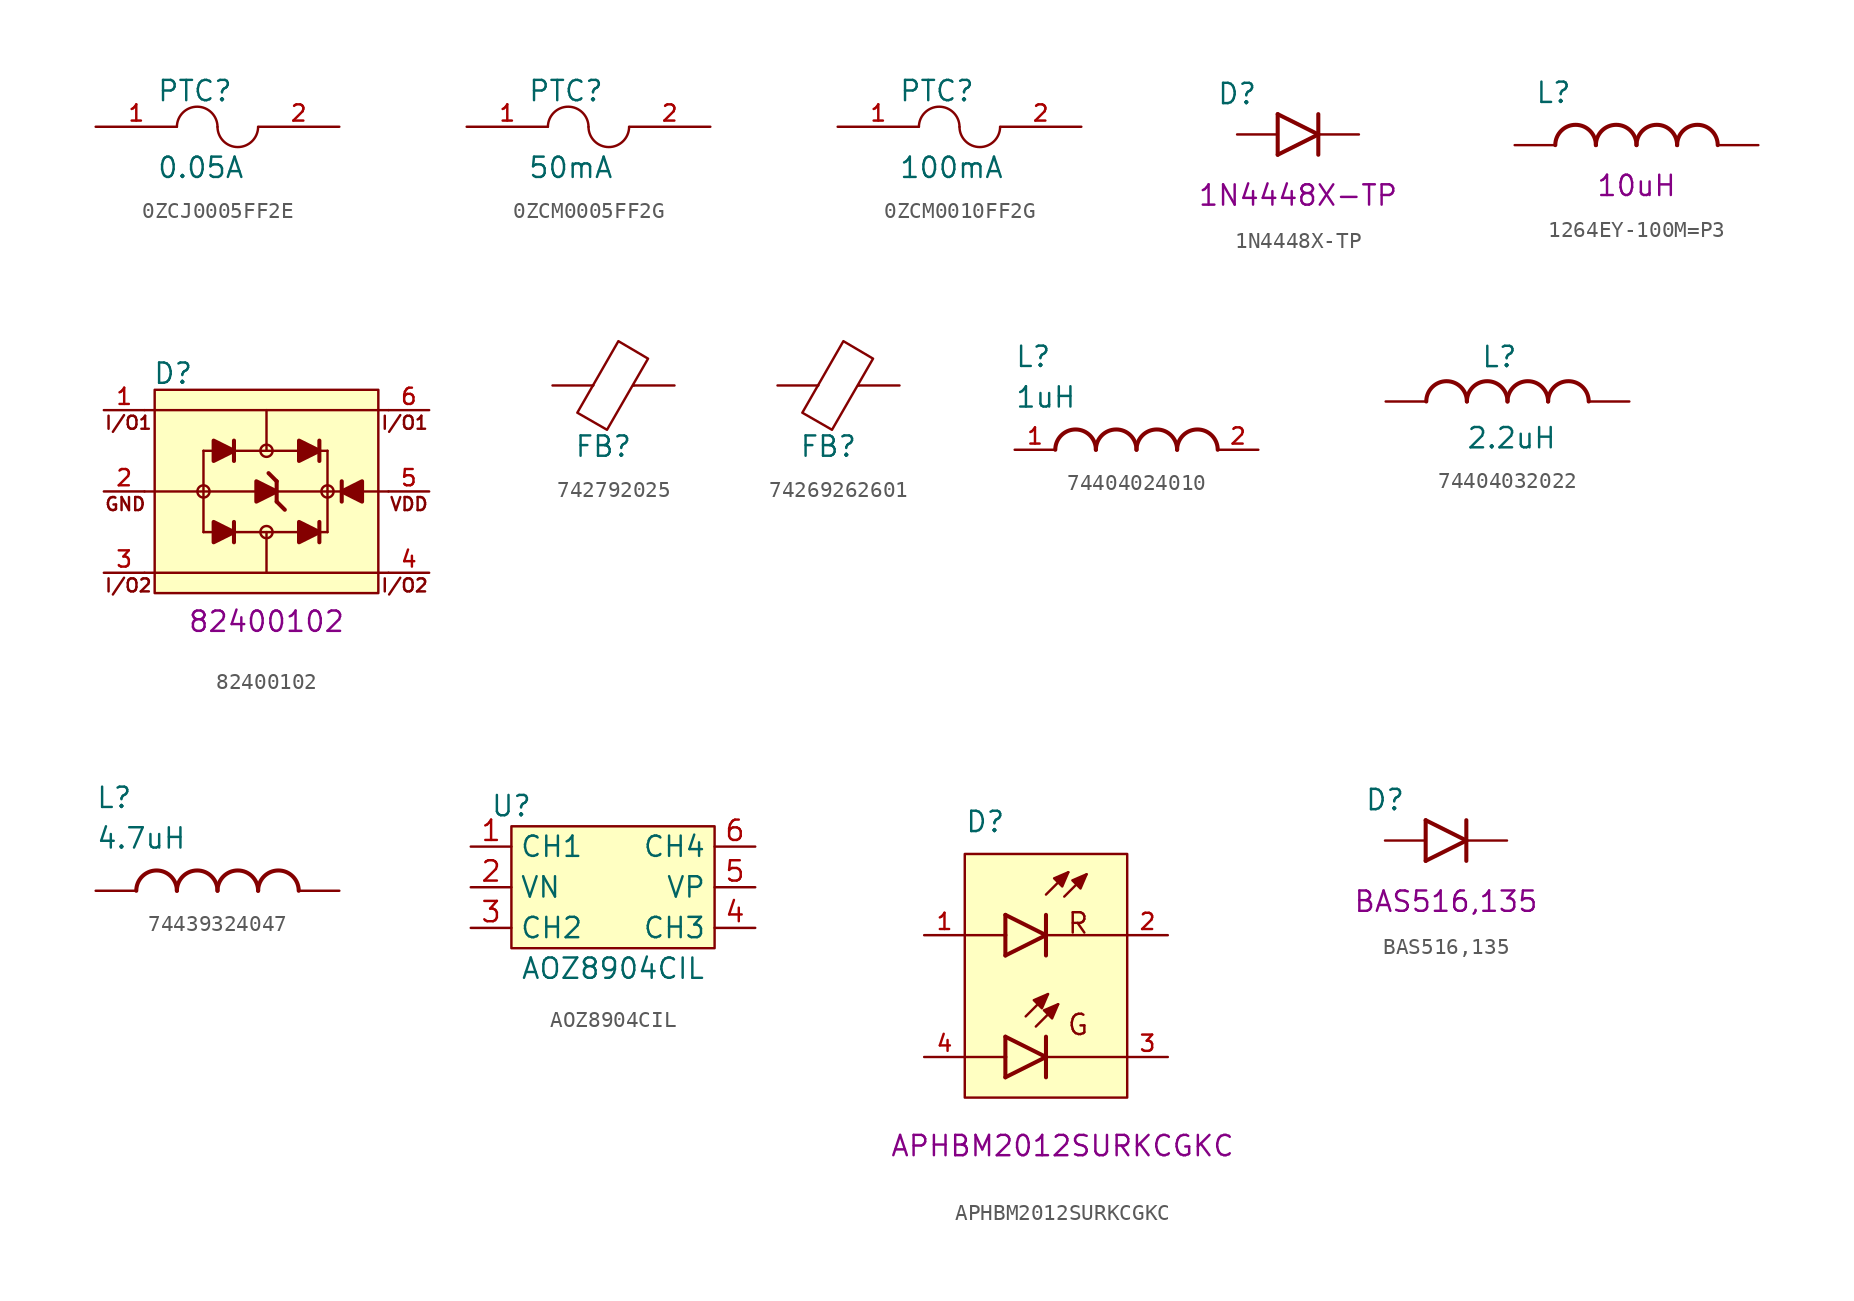
<source format=kicad_sym>
(kicad_symbol_lib
  (version 20241209)
  (generator "kicad_symbol_editor")
  (generator_version "9.0")
  (symbol "0ZCJ0005FF2E"
    (pin_names
      (offset 1.016))
    (property "Reference" "PTC"
      (at -3.81 1.499 0)
      (effects (font (size 1.27 1.27)) (justify left bottom)))
    (property "Value" "0.05A"
      (at -3.81 -3.302 0)
      (effects (font (size 1.27 1.27)) (justify left bottom)))
    (symbol "0ZCJ0005FF2E_0_0"
      (pin passive line (at -7.62 0 0) (length 5.08) (name "~" (effects (font (size 1.016 1.016)))) (number "1" (effects (font (size 1.016 1.016)))))
      (pin passive line (at 7.62 0 180) (length 5.08) (name "~" (effects (font (size 1.016 1.016)))) (number "2" (effects (font (size 1.016 1.016))))))
    (symbol "0ZCJ0005FF2E_0_1"
      (arc (start -2.54 0) (mid -1.27 1.2542) (end 0 0) (stroke (width 0) (type default)) (fill (type none)))
      (arc (start 2.54 -0.0159) (mid 1.27 -1.2701) (end 0 -0.0159) (stroke (width 0) (type default)) (fill (type none)))))
  (symbol "0ZCM0005FF2G"
    (pin_names
      (offset 1.016))
    (property "Reference" "PTC"
      (at -3.81 1.499 0)
      (effects (font (size 1.27 1.27)) (justify left bottom)))
    (property "Value" "50mA"
      (at -3.81 -3.302 0)
      (effects (font (size 1.27 1.27)) (justify left bottom)))
    (symbol "0ZCM0005FF2G_0_0"
      (pin passive line (at -7.62 0 0) (length 5.08) (name "~" (effects (font (size 1.016 1.016)))) (number "1" (effects (font (size 1.016 1.016)))))
      (pin passive line (at 7.62 0 180) (length 5.08) (name "~" (effects (font (size 1.016 1.016)))) (number "2" (effects (font (size 1.016 1.016))))))
    (symbol "0ZCM0005FF2G_0_1"
      (arc (start -2.54 0) (mid -1.27 1.2542) (end 0 0) (stroke (width 0) (type default)) (fill (type none)))
      (arc (start 2.54 -0.0159) (mid 1.27 -1.2701) (end 0 -0.0159) (stroke (width 0) (type default)) (fill (type none)))))
  (symbol "0ZCM0010FF2G"
    (pin_names
      (offset 1.016))
    (property "Reference" "PTC"
      (at -3.81 1.499 0)
      (effects (font (size 1.27 1.27)) (justify left bottom)))
    (property "Value" "100mA"
      (at -3.81 -3.302 0)
      (effects (font (size 1.27 1.27)) (justify left bottom)))
    (symbol "0ZCM0010FF2G_0_0"
      (pin passive line (at -7.62 0 0) (length 5.08) (name "~" (effects (font (size 1.016 1.016)))) (number "1" (effects (font (size 1.016 1.016)))))
      (pin passive line (at 7.62 0 180) (length 5.08) (name "~" (effects (font (size 1.016 1.016)))) (number "2" (effects (font (size 1.016 1.016))))))
    (symbol "0ZCM0010FF2G_0_1"
      (arc (start -2.54 0) (mid -1.27 1.2542) (end 0 0) (stroke (width 0) (type default)) (fill (type none)))
      (arc (start 2.54 -0.0159) (mid 1.27 -1.2701) (end 0 -0.0159) (stroke (width 0) (type default)) (fill (type none)))))
  (symbol "1N4448X-TP"
    (pin_numbers
      (hide yes))
    (pin_names
      (hide yes))
    (property "Reference" "D"
      (at -3.81 2.54 0)
      (effects (font (size 1.27 1.27))))
    (property "PartNumber" "1N4448X-TP"
      (at 0 -3.81 0)
      (effects (font (size 1.27 1.27))))
    (symbol "1N4448X-TP_0_0"
      (polyline (pts (xy -1.27 1.27) (xy -1.27 -1.27)) (stroke (width 0.254) (type default)) (fill (type none)))
      (polyline (pts (xy -1.27 -1.27) (xy 1.27 0)) (stroke (width 0.254) (type default)) (fill (type none)))
      (polyline (pts (xy 1.27 1.27) (xy 1.27 0)) (stroke (width 0.254) (type default)) (fill (type none)))
      (polyline (pts (xy 1.27 0) (xy -1.27 1.27)) (stroke (width 0.254) (type default)) (fill (type none)))
      (polyline (pts (xy 1.27 0) (xy 1.27 -1.27)) (stroke (width 0.254) (type default)) (fill (type none))))
    (symbol "1N4448X-TP_1_0"
      (pin passive line (at -3.81 0 0) (length 2.54) (name "" (effects (font (size 1.016 1.016)))) (number "A" (effects (font (size 1.016 1.016)))))
      (pin passive line (at 3.81 0 180) (length 2.54) (name "" (effects (font (size 1.016 1.016)))) (number "C" (effects (font (size 1.016 1.016)))))))
  (symbol "1264EY-100M=P3"
    (pin_numbers
      (hide yes))
    (pin_names
      (offset 1.016)
      (hide yes))
    (property "Reference" "L"
      (at 1.27 2.54 0)
      (effects (font (size 1.27 1.27)) (justify left bottom)))
    (property "Inductance " "10uH"
      (at 7.62 -2.54 0)
      (effects (font (size 1.27 1.27))))
    (symbol "1264EY-100M=P3_0_0"
      (arc (start 2.54 0) (mid 3.81 1.2645) (end 5.08 0) (stroke (width 0.254) (type default)) (fill (type none)))
      (arc (start 5.08 0) (mid 6.35 1.2645) (end 7.62 0) (stroke (width 0.254) (type default)) (fill (type none)))
      (arc (start 7.62 0) (mid 8.89 1.2645) (end 10.16 0) (stroke (width 0.254) (type default)) (fill (type none)))
      (arc (start 10.16 0) (mid 11.43 1.2645) (end 12.7 0) (stroke (width 0.254) (type default)) (fill (type none)))
      (pin passive line (at 0 0 0) (length 2.54) (name "~" (effects (font (size 1.016 1.016)))) (number "1" (effects (font (size 1.016 1.016)))))
      (pin passive line (at 15.24 0 180) (length 2.54) (name "~" (effects (font (size 1.016 1.016)))) (number "2" (effects (font (size 1.016 1.016)))))))
  (symbol "82400102"
    (pin_names
      (offset 1.016))
    (property "Reference" "D"
      (at -7.112 7.366 0)
      (effects (font (size 1.27 1.27)) (justify left)))
    (property "PartNumber" "82400102"
      (at 0 -8.128 0)
      (effects (font (size 1.27 1.27))))
    (symbol "82400102_0_0"
      (polyline (pts (xy -7.62 0) (xy -0.635 0)) (stroke (width 0.152) (type default)) (fill (type none)))
      (polyline (pts (xy -7.62 -5.08) (xy 7.62 -5.08)) (stroke (width 0.152) (type default)) (fill (type none)))
      (polyline (pts (xy -3.937 2.54) (xy -3.937 -2.54)) (stroke (width 0.152) (type default)) (fill (type none)))
      (circle (center -3.937 0) (radius 0.381) (stroke (width 0) (type default)) (fill (type none)))
      (polyline (pts (xy -3.429 2.54) (xy -3.937 2.54)) (stroke (width 0.152) (type default)) (fill (type none)))
      (polyline (pts (xy -3.429 -2.54) (xy -3.937 -2.54)) (stroke (width 0.152) (type default)) (fill (type none)))
      (polyline (pts (xy -3.302 3.175) (xy -2.032 2.54) (xy -3.302 1.905) (xy -3.302 3.175)) (stroke (width 0.254) (type default)) (fill (type outline)))
      (polyline (pts (xy -3.302 -1.905) (xy -2.032 -2.54) (xy -3.302 -3.175) (xy -3.302 -1.905)) (stroke (width 0.254) (type default)) (fill (type outline)))
      (polyline (pts (xy -2.159 2.54) (xy 2.032 2.54)) (stroke (width 0.152) (type default)) (fill (type none)))
      (polyline (pts (xy -2.159 -2.54) (xy 2.032 -2.54)) (stroke (width 0.152) (type default)) (fill (type none)))
      (polyline (pts (xy -2.032 3.175) (xy -2.032 1.905)) (stroke (width 0.254) (type default)) (fill (type none)))
      (polyline (pts (xy -2.032 -1.905) (xy -2.032 -3.175)) (stroke (width 0.254) (type default)) (fill (type none)))
      (polyline (pts (xy -0.635 0.635) (xy 0.635 0) (xy -0.635 -0.635) (xy -0.635 0.635)) (stroke (width 0.254) (type default)) (fill (type outline)))
      (polyline (pts (xy 0 5.08) (xy 0 2.54)) (stroke (width 0.152) (type default)) (fill (type none)))
      (circle (center 0 2.54) (radius 0.381) (stroke (width 0) (type default)) (fill (type none)))
      (polyline (pts (xy 0 0) (xy 3.81 0)) (stroke (width 0.152) (type default)) (fill (type none)))
      (polyline (pts (xy 0 -2.54) (xy 0 -5.08)) (stroke (width 0.152) (type default)) (fill (type none)))
      (circle (center 0 -2.54) (radius 0.381) (stroke (width 0) (type default)) (fill (type none)))
      (polyline (pts (xy 0.635 0.635) (xy 0.127 1.143)) (stroke (width 0.254) (type default)) (fill (type none)))
      (polyline (pts (xy 0.635 0.635) (xy 0.635 -0.635)) (stroke (width 0.254) (type default)) (fill (type none)))
      (polyline (pts (xy 0.635 -0.635) (xy 1.143 -1.143)) (stroke (width 0.254) (type default)) (fill (type none)))
      (polyline (pts (xy 2.032 3.175) (xy 3.302 2.54) (xy 2.032 1.905) (xy 2.032 3.175)) (stroke (width 0.254) (type default)) (fill (type outline)))
      (polyline (pts (xy 2.032 -1.905) (xy 3.302 -2.54) (xy 2.032 -3.175) (xy 2.032 -1.905)) (stroke (width 0.254) (type default)) (fill (type outline)))
      (polyline (pts (xy 3.302 3.175) (xy 3.302 2.54)) (stroke (width 0.254) (type default)) (fill (type none)))
      (polyline (pts (xy 3.302 2.54) (xy 3.302 1.905)) (stroke (width 0.254) (type default)) (fill (type none)))
      (polyline (pts (xy 3.302 2.54) (xy 3.81 2.54)) (stroke (width 0.152) (type default)) (fill (type none)))
      (polyline (pts (xy 3.302 -1.905) (xy 3.302 -2.54)) (stroke (width 0.254) (type default)) (fill (type none)))
      (polyline (pts (xy 3.302 -2.54) (xy 3.302 -3.175)) (stroke (width 0.254) (type default)) (fill (type none)))
      (polyline (pts (xy 3.302 -2.54) (xy 3.81 -2.54)) (stroke (width 0.152) (type default)) (fill (type none)))
      (polyline (pts (xy 3.81 2.54) (xy 3.81 0)) (stroke (width 0.152) (type default)) (fill (type none)))
      (polyline (pts (xy 3.81 0) (xy 3.81 -2.54)) (stroke (width 0.152) (type default)) (fill (type none)))
      (circle (center 3.81 0) (radius 0.381) (stroke (width 0) (type default)) (fill (type none)))
      (polyline (pts (xy 4.699 -0.635) (xy 4.699 0.635)) (stroke (width 0.254) (type default)) (fill (type none)))
      (polyline (pts (xy 5.969 -0.635) (xy 4.699 0) (xy 5.969 0.635) (xy 5.969 -0.635)) (stroke (width 0.254) (type default)) (fill (type outline)))
      (polyline (pts (xy 7.62 5.08) (xy -7.62 5.08)) (stroke (width 0.152) (type default)) (fill (type none)))
      (polyline (pts (xy 7.62 0) (xy 3.81 0)) (stroke (width 0.152) (type default)) (fill (type none)))
      (text "I/O1" (at -10.16 3.81 0) (effects (font (size 0.813 0.813)) (justify left bottom)))
      (text "GND" (at -10.16 -1.27 0) (effects (font (size 0.813 0.813)) (justify left bottom)))
      (text "I/O2" (at -10.16 -6.35 0) (effects (font (size 0.813 0.813)) (justify left bottom)))
      (text "I/O1" (at 10.16 3.81 0) (effects (font (size 0.813 0.813)) (justify right bottom)))
      (text "VDD" (at 10.16 -1.27 0) (effects (font (size 0.813 0.813)) (justify right bottom)))
      (text "I/O2" (at 10.16 -6.35 0) (effects (font (size 0.813 0.813)) (justify right bottom)))
      (pin passive line (at -10.16 5.08 0) (length 2.54) (name "~" (effects (font (size 1.016 1.016)))) (number "1" (effects (font (size 1.016 1.016)))))
      (pin passive line (at -10.16 0 0) (length 2.54) (name "~" (effects (font (size 1.016 1.016)))) (number "2" (effects (font (size 1.016 1.016)))))
      (pin passive line (at -10.16 -5.08 0) (length 2.54) (name "~" (effects (font (size 1.016 1.016)))) (number "3" (effects (font (size 1.016 1.016)))))
      (pin passive line (at 10.16 5.08 180) (length 2.54) (name "~" (effects (font (size 1.016 1.016)))) (number "6" (effects (font (size 1.016 1.016)))))
      (pin passive line (at 10.16 0 180) (length 2.54) (name "~" (effects (font (size 1.016 1.016)))) (number "5" (effects (font (size 1.016 1.016)))))
      (pin passive line (at 10.16 -5.08 180) (length 2.54) (name "~" (effects (font (size 1.016 1.016)))) (number "4" (effects (font (size 1.016 1.016))))))
    (symbol "82400102_1_1"
      (rectangle (start -6.985 6.35) (end 6.985 -6.35) (stroke (width 0) (type default)) (fill (type background)))))
  (symbol "742792025"
    (pin_numbers
      (hide yes))
    (pin_names
      (offset 0))
    (property "Reference" "FB"
      (at 3.175 -3.81 0)
      (effects (font (size 1.27 1.27))))
    (symbol "742792025_0_1"
      (polyline (pts (xy 2.54 0) (xy 2.515 0)) (stroke (width 0) (type default)) (fill (type none)))
      (polyline (pts (xy 3.404 -2.769) (xy 1.549 -1.702) (xy 4.115 2.769) (xy 5.969 1.676) (xy 3.404 -2.769)) (stroke (width 0) (type default)) (fill (type none)))
      (polyline (pts (xy 5.08 0) (xy 5.029 0)) (stroke (width 0) (type default)) (fill (type none))))
    (symbol "742792025_1_1"
      (pin passive line (at 0 0 0) (length 2.54) (name "~" (effects (font (size 1.27 1.27)))) (number "1" (effects (font (size 1.27 1.27)))))
      (pin passive line (at 7.62 0 180) (length 2.54) (name "~" (effects (font (size 1.27 1.27)))) (number "2" (effects (font (size 1.27 1.27)))))))
  (symbol "74269262601"
    (pin_numbers
      (hide yes))
    (pin_names
      (offset 0))
    (property "Reference" "FB"
      (at 3.175 -3.81 0)
      (effects (font (size 1.27 1.27))))
    (symbol "74269262601_0_1"
      (polyline (pts (xy 2.54 0) (xy 2.515 0)) (stroke (width 0) (type default)) (fill (type none)))
      (polyline (pts (xy 3.404 -2.769) (xy 1.549 -1.702) (xy 4.115 2.769) (xy 5.969 1.676) (xy 3.404 -2.769)) (stroke (width 0) (type default)) (fill (type none)))
      (polyline (pts (xy 5.08 0) (xy 5.029 0)) (stroke (width 0) (type default)) (fill (type none))))
    (symbol "74269262601_1_1"
      (pin passive line (at 0 0 0) (length 2.54) (name "~" (effects (font (size 1.27 1.27)))) (number "1" (effects (font (size 1.27 1.27)))))
      (pin passive line (at 7.62 0 180) (length 2.54) (name "~" (effects (font (size 1.27 1.27)))) (number "2" (effects (font (size 1.27 1.27)))))))
  (symbol "74404024010"
    (pin_names
      (offset 1.016))
    (property "Reference" "L"
      (at -7.62 5.08 0)
      (effects (font (size 1.27 1.27)) (justify left bottom)))
    (property "Value" "1uH"
      (at -7.62 2.54 0)
      (effects (font (size 1.27 1.27)) (justify left bottom)))
    (symbol "74404024010_0_0"
      (arc (start -5.08 0) (mid -3.81 1.2645) (end -2.54 0) (stroke (width 0.254) (type default)) (fill (type none)))
      (arc (start -2.54 0) (mid -1.27 1.2645) (end 0 0) (stroke (width 0.254) (type default)) (fill (type none)))
      (arc (start 0 0) (mid 1.27 1.2645) (end 2.54 0) (stroke (width 0.254) (type default)) (fill (type none)))
      (arc (start 2.54 0) (mid 3.81 1.2645) (end 5.08 0) (stroke (width 0.254) (type default)) (fill (type none)))
      (pin passive line (at -7.62 0 0) (length 2.54) (name "~" (effects (font (size 1.016 1.016)))) (number "1" (effects (font (size 1.016 1.016)))))
      (pin passive line (at 7.62 0 180) (length 2.54) (name "~" (effects (font (size 1.016 1.016)))) (number "2" (effects (font (size 1.016 1.016)))))))
  (symbol "74404032022"
    (pin_numbers
      (hide yes))
    (pin_names
      (hide yes))
    (property "Reference" "L"
      (at 7.112 2.794 0)
      (effects (font (size 1.27 1.27))))
    (property "Value" "2.2uH"
      (at 7.874 -2.286 0)
      (effects (font (size 1.27 1.27))))
    (symbol "74404032022_0_0"
      (arc (start 2.54 0) (mid 3.81 1.2645) (end 5.08 0) (stroke (width 0.254) (type default)) (fill (type none)))
      (arc (start 5.08 0) (mid 6.35 1.2645) (end 7.62 0) (stroke (width 0.254) (type default)) (fill (type none)))
      (arc (start 7.62 0) (mid 8.89 1.2645) (end 10.16 0) (stroke (width 0.254) (type default)) (fill (type none)))
      (arc (start 10.16 0) (mid 11.43 1.2645) (end 12.7 0) (stroke (width 0.254) (type default)) (fill (type none)))
      (pin passive line (at 0 0 0) (length 2.54) (name "~" (effects (font (size 1.016 1.016)))) (number "1" (effects (font (size 1.016 1.016)))))
      (pin passive line (at 15.24 0 180) (length 2.54) (name "~" (effects (font (size 1.016 1.016)))) (number "2" (effects (font (size 1.016 1.016)))))))
  (symbol "74439324047"
    (pin_numbers
      (hide yes))
    (pin_names
      (offset 1.016)
      (hide yes))
    (property "Reference" "L"
      (at -7.62 5.08 0)
      (effects (font (size 1.27 1.27)) (justify left bottom)))
    (property "Value" "4.7uH"
      (at -7.62 2.54 0)
      (effects (font (size 1.27 1.27)) (justify left bottom)))
    (symbol "74439324047_0_0"
      (arc (start -5.08 0) (mid -3.81 1.2645) (end -2.54 0) (stroke (width 0.254) (type default)) (fill (type none)))
      (arc (start -2.54 0) (mid -1.27 1.2645) (end 0 0) (stroke (width 0.254) (type default)) (fill (type none)))
      (arc (start 0 0) (mid 1.27 1.2645) (end 2.54 0) (stroke (width 0.254) (type default)) (fill (type none)))
      (arc (start 2.54 0) (mid 3.81 1.2645) (end 5.08 0) (stroke (width 0.254) (type default)) (fill (type none)))
      (pin passive line (at -7.62 0 0) (length 2.54) (name "~" (effects (font (size 1.016 1.016)))) (number "1" (effects (font (size 1.016 1.016)))))
      (pin passive line (at 7.62 0 180) (length 2.54) (name "~" (effects (font (size 1.016 1.016)))) (number "2" (effects (font (size 1.016 1.016)))))))
  (symbol "AOZ8904CIL"
    (property "Reference" "U"
      (at 2.54 2.54 0)
      (effects (font (size 1.27 1.27))))
    (property "Value" "AOZ8904CIL"
      (at 8.89 -7.62 0)
      (effects (font (size 1.27 1.27))))
    (symbol "AOZ8904CIL_0_0"
      (pin passive line (at 0 0 0) (length 2.54) (name "CH1" (effects (font (size 1.27 1.27)))) (number "1" (effects (font (size 1.27 1.27)))))
      (pin passive line (at 0 -2.54 0) (length 2.54) (name "VN" (effects (font (size 1.27 1.27)))) (number "2" (effects (font (size 1.27 1.27)))))
      (pin passive line (at 0 -5.08 0) (length 2.54) (name "CH2" (effects (font (size 1.27 1.27)))) (number "3" (effects (font (size 1.27 1.27)))))
      (pin passive line (at 17.78 0 180) (length 2.54) (name "CH4" (effects (font (size 1.27 1.27)))) (number "6" (effects (font (size 1.27 1.27)))))
      (pin passive line (at 17.78 -2.54 180) (length 2.54) (name "VP" (effects (font (size 1.27 1.27)))) (number "5" (effects (font (size 1.27 1.27)))))
      (pin passive line (at 17.78 -5.08 180) (length 2.54) (name "CH3" (effects (font (size 1.27 1.27)))) (number "4" (effects (font (size 1.27 1.27))))))
    (symbol "AOZ8904CIL_1_1"
      (rectangle (start 2.54 1.27) (end 15.24 -6.35) (stroke (width 0) (type default)) (fill (type background)))))
  (symbol "APHBM2012SURKCGKC"
    (pin_names
      (offset 1.016))
    (property "Reference" "D"
      (at -5.08 8.89 0)
      (effects (font (size 1.27 1.27)) (justify left bottom)))
    (property "PartNumber" "APHBM2012SURKCGKC"
      (at 1.033 -10.642 0)
      (effects (font (size 1.27 1.27))))
    (symbol "APHBM2012SURKCGKC_0_0"
      (polyline (pts (xy -2.54 2.54) (xy -2.54 3.81)) (stroke (width 0.254) (type default)) (fill (type none)))
      (polyline (pts (xy -2.54 1.27) (xy -2.54 2.54)) (stroke (width 0.254) (type default)) (fill (type none)))
      (polyline (pts (xy -2.54 1.27) (xy 0 2.54)) (stroke (width 0.254) (type default)) (fill (type none)))
      (polyline (pts (xy -2.54 -5.08) (xy -2.54 -3.81)) (stroke (width 0.254) (type default)) (fill (type none)))
      (polyline (pts (xy -2.54 -6.35) (xy -2.54 -5.08)) (stroke (width 0.254) (type default)) (fill (type none)))
      (polyline (pts (xy -2.54 -6.35) (xy 0 -5.08)) (stroke (width 0.254) (type default)) (fill (type none)))
      (polyline (pts (xy -1.27 -2.54) (xy 0.127 -1.143)) (stroke (width 0.152) (type default)) (fill (type none)))
      (polyline (pts (xy -0.635 -3.175) (xy 0.762 -1.778)) (stroke (width 0.152) (type default)) (fill (type none)))
      (polyline (pts (xy 0 5.08) (xy 1.397 6.477)) (stroke (width 0.152) (type default)) (fill (type none)))
      (polyline (pts (xy 0 2.54) (xy -2.54 3.81)) (stroke (width 0.254) (type default)) (fill (type none)))
      (polyline (pts (xy 0 2.54) (xy 0 3.81)) (stroke (width 0.254) (type default)) (fill (type none)))
      (polyline (pts (xy 0 1.27) (xy 0 2.54)) (stroke (width 0.254) (type default)) (fill (type none)))
      (polyline (pts (xy 0 -5.08) (xy -2.54 -3.81)) (stroke (width 0.254) (type default)) (fill (type none)))
      (polyline (pts (xy 0 -5.08) (xy 0 -3.81)) (stroke (width 0.254) (type default)) (fill (type none)))
      (polyline (pts (xy 0 -6.35) (xy 0 -5.08)) (stroke (width 0.254) (type default)) (fill (type none)))
      (polyline (pts (xy 0.127 -1.143) (xy -0.762 -1.524) (xy -0.254 -2.032) (xy 0.127 -1.143)) (stroke (width 0.152) (type default)) (fill (type outline)))
      (polyline (pts (xy 0.762 -1.778) (xy -0.127 -2.159) (xy 0.381 -2.667) (xy 0.762 -1.778)) (stroke (width 0.152) (type default)) (fill (type outline)))
      (polyline (pts (xy 1.143 4.953) (xy 2.54 6.35)) (stroke (width 0.152) (type default)) (fill (type none)))
      (polyline (pts (xy 1.397 6.477) (xy 0.508 6.096) (xy 1.016 5.588) (xy 1.397 6.477)) (stroke (width 0.152) (type default)) (fill (type outline)))
      (polyline (pts (xy 2.54 6.35) (xy 1.651 5.969) (xy 2.159 5.461) (xy 2.54 6.35)) (stroke (width 0.152) (type default)) (fill (type outline)))
      (text "R" (at 1.27 2.54 0) (effects (font (size 1.272 1.272)) (justify left bottom)))
      (text "G" (at 1.27 -3.81 0) (effects (font (size 1.272 1.272)) (justify left bottom)))
      (pin passive line (at -7.62 2.54 0) (length 2.54) (name "~" (effects (font (size 1.016 1.016)))) (number "1" (effects (font (size 1.016 1.016)))))
      (pin passive line (at -7.62 -5.08 0) (length 2.54) (name "~" (effects (font (size 1.016 1.016)))) (number "4" (effects (font (size 1.016 1.016))))))
    (symbol "APHBM2012SURKCGKC_1_0"
      (pin passive line (at 7.62 2.54 180) (length 2.54) (name "~" (effects (font (size 1.016 1.016)))) (number "2" (effects (font (size 1.016 1.016)))))
      (pin passive line (at 7.62 -5.08 180) (length 2.54) (name "~" (effects (font (size 1.016 1.016)))) (number "3" (effects (font (size 1.016 1.016))))))
    (symbol "APHBM2012SURKCGKC_1_1"
      (rectangle (start -5.08 7.62) (end 5.08 -7.62) (stroke (width 0) (type default)) (fill (type background)))
      (polyline (pts (xy -5.08 2.54) (xy -2.54 2.54)) (stroke (width 0) (type default)) (fill (type none)))
      (polyline (pts (xy -5.08 -5.08) (xy -2.54 -5.08)) (stroke (width 0) (type default)) (fill (type none)))
      (polyline (pts (xy 0 2.54) (xy 5.08 2.54)) (stroke (width 0) (type default)) (fill (type none)))
      (polyline (pts (xy 5.08 -5.08) (xy 0 -5.08)) (stroke (width 0) (type default)) (fill (type none)))))
  (symbol "BAS516,135"
    (pin_numbers
      (hide yes))
    (pin_names
      (hide yes))
    (property "Reference" "D"
      (at -3.81 2.54 0)
      (effects (font (size 1.27 1.27))))
    (property "PartNumber" "BAS516,135"
      (at 0 -3.81 0)
      (effects (font (size 1.27 1.27))))
    (symbol "BAS516,135_0_0"
      (polyline (pts (xy -1.27 1.27) (xy -1.27 -1.27)) (stroke (width 0.254) (type default)) (fill (type none)))
      (polyline (pts (xy -1.27 -1.27) (xy 1.27 0)) (stroke (width 0.254) (type default)) (fill (type none)))
      (polyline (pts (xy 1.27 1.27) (xy 1.27 0)) (stroke (width 0.254) (type default)) (fill (type none)))
      (polyline (pts (xy 1.27 0) (xy -1.27 1.27)) (stroke (width 0.254) (type default)) (fill (type none)))
      (polyline (pts (xy 1.27 0) (xy 1.27 -1.27)) (stroke (width 0.254) (type default)) (fill (type none))))
    (symbol "BAS516,135_1_0"
      (pin passive line (at -3.81 0 0) (length 2.54) (name "" (effects (font (size 1.016 1.016)))) (number "A" (effects (font (size 1.016 1.016)))))
      (pin passive line (at 3.81 0 180) (length 2.54) (name "" (effects (font (size 1.016 1.016)))) (number "C" (effects (font (size 1.016 1.016))))))))
</source>
